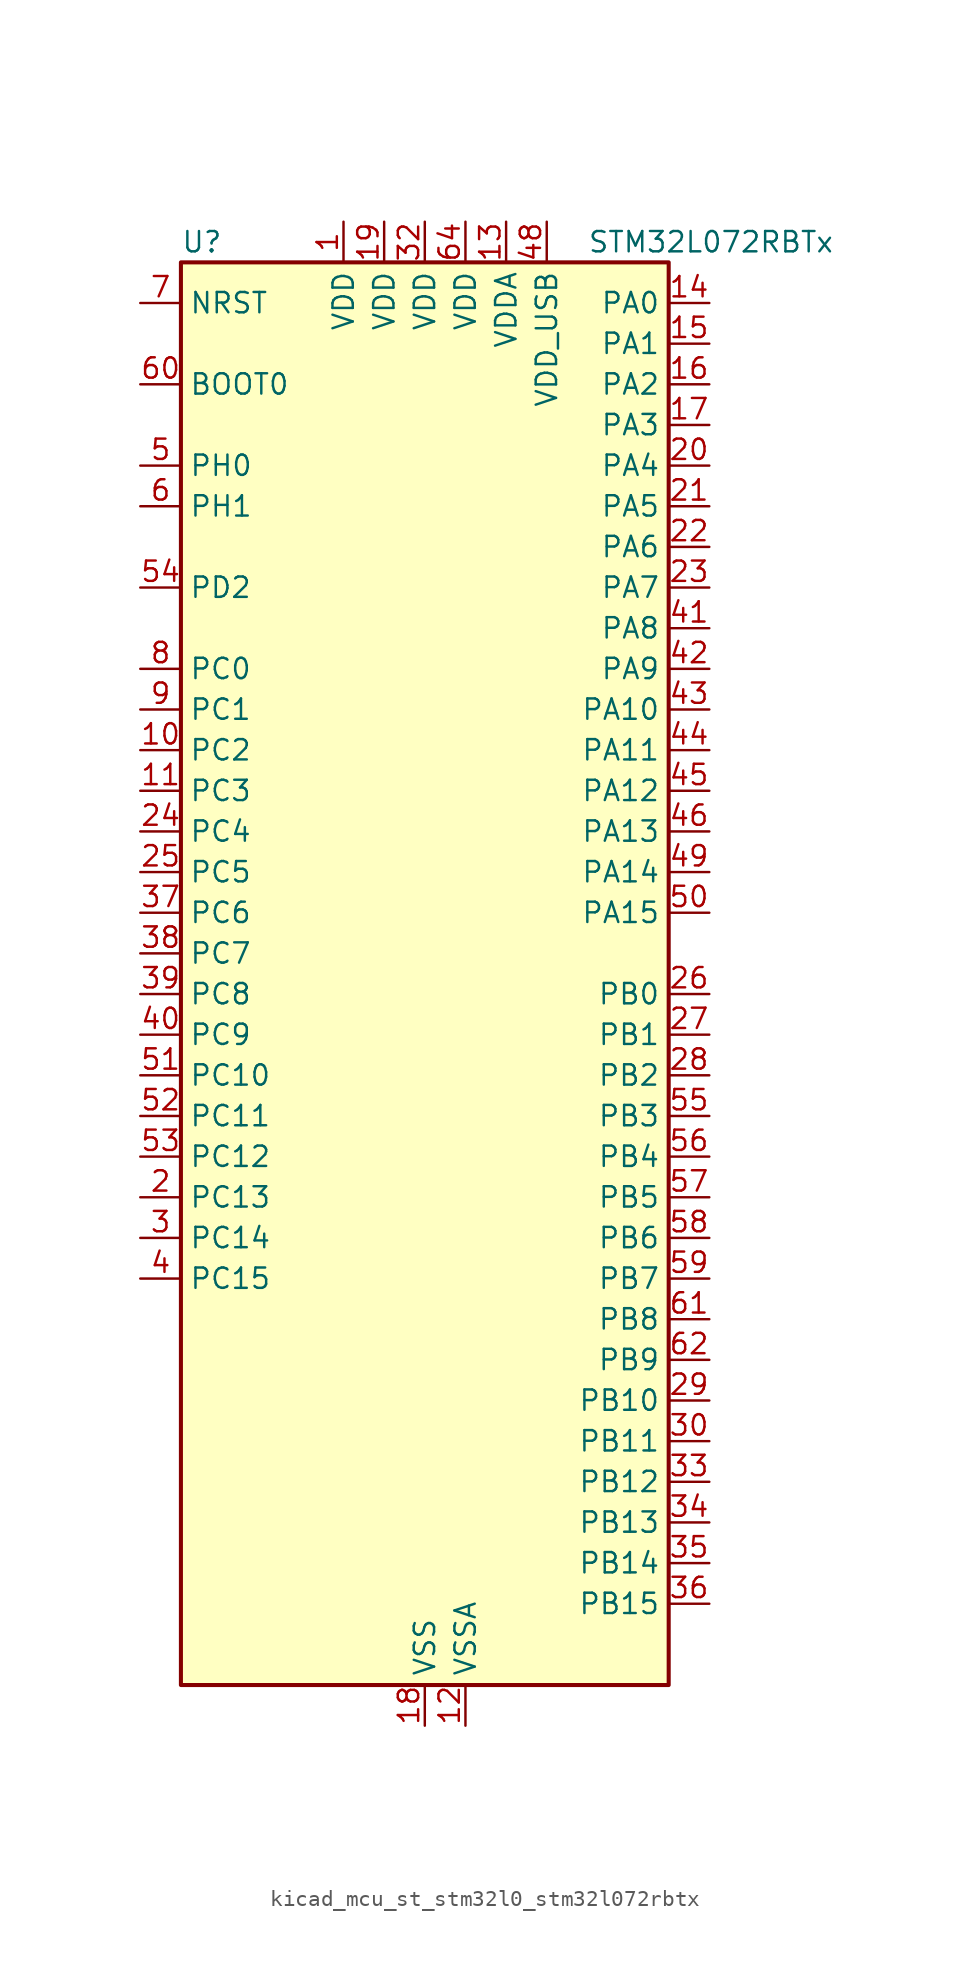
<source format=kicad_sym>
(kicad_symbol_lib
  (version 20220914)
  (generator kicad_symbol_editor)
  (symbol "kicad_mcu_st_stm32l0_stm32l072rbtx"
    (property "Reference" "U"
      (at -15.24 46.99 0)
      (effects (font (size 1.27 1.27)) (justify left)))
    (property "Value" "STM32L072RBTx"
      (at 10.16 46.99 0)
      (effects (font (size 1.27 1.27)) (justify left)))
    (property "ki_locked" ""
      (at 0 0 0)
      (effects (font (size 1.27 1.27))))
    (symbol "kicad_mcu_st_stm32l0_stm32l072rbtx_0_1"
      (rectangle (start -15.24 -43.18) (end 15.24 45.72) (stroke (width 0.254) (type default)) (fill (type background))))
    (symbol "kicad_mcu_st_stm32l0_stm32l072rbtx_1_1"
      (pin power_in line (at -5.08 48.26 270) (length 2.54) (name "VDD" (effects (font (size 1.27 1.27)))) (number "1" (effects (font (size 1.27 1.27)))))
      (pin bidirectional line (at -17.78 15.24 0) (length 2.54) (name "PC2" (effects (font (size 1.27 1.27)))) (number "10" (effects (font (size 1.27 1.27)))) (alternate "ADC_IN12" bidirectional line) (alternate "I2S2_MCK" bidirectional line) (alternate "LPTIM1_IN2" bidirectional line) (alternate "SPI2_MISO" bidirectional line) (alternate "TSC_G7_IO3" bidirectional line))
      (pin bidirectional line (at -17.78 12.7 0) (length 2.54) (name "PC3" (effects (font (size 1.27 1.27)))) (number "11" (effects (font (size 1.27 1.27)))) (alternate "ADC_IN13" bidirectional line) (alternate "I2S2_SD" bidirectional line) (alternate "LPTIM1_ETR" bidirectional line) (alternate "SPI2_MOSI" bidirectional line) (alternate "TSC_G7_IO4" bidirectional line))
      (pin power_in line (at 2.54 -45.72 90) (length 2.54) (name "VSSA" (effects (font (size 1.27 1.27)))) (number "12" (effects (font (size 1.27 1.27)))))
      (pin power_in line (at 5.08 48.26 270) (length 2.54) (name "VDDA" (effects (font (size 1.27 1.27)))) (number "13" (effects (font (size 1.27 1.27)))))
      (pin bidirectional line (at 17.78 43.18 180) (length 2.54) (name "PA0" (effects (font (size 1.27 1.27)))) (number "14" (effects (font (size 1.27 1.27)))) (alternate "ADC_IN0" bidirectional line) (alternate "COMP1_INM" bidirectional line) (alternate "COMP1_OUT" bidirectional line) (alternate "RTC_TAMP2" bidirectional line) (alternate "SYS_WKUP1" bidirectional line) (alternate "TIM2_CH1" bidirectional line) (alternate "TIM2_ETR" bidirectional line) (alternate "TSC_G1_IO1" bidirectional line) (alternate "USART2_CTS" bidirectional line) (alternate "USART4_TX" bidirectional line))
      (pin bidirectional line (at 17.78 40.64 180) (length 2.54) (name "PA1" (effects (font (size 1.27 1.27)))) (number "15" (effects (font (size 1.27 1.27)))) (alternate "ADC_IN1" bidirectional line) (alternate "COMP1_INP" bidirectional line) (alternate "TIM21_ETR" bidirectional line) (alternate "TIM2_CH2" bidirectional line) (alternate "TSC_G1_IO2" bidirectional line) (alternate "USART2_DE" bidirectional line) (alternate "USART2_RTS" bidirectional line) (alternate "USART4_RX" bidirectional line))
      (pin bidirectional line (at 17.78 38.1 180) (length 2.54) (name "PA2" (effects (font (size 1.27 1.27)))) (number "16" (effects (font (size 1.27 1.27)))) (alternate "ADC_IN2" bidirectional line) (alternate "COMP2_INM" bidirectional line) (alternate "COMP2_OUT" bidirectional line) (alternate "LPUART1_TX" bidirectional line) (alternate "TIM21_CH1" bidirectional line) (alternate "TIM2_CH3" bidirectional line) (alternate "TSC_G1_IO3" bidirectional line) (alternate "USART2_TX" bidirectional line))
      (pin bidirectional line (at 17.78 35.56 180) (length 2.54) (name "PA3" (effects (font (size 1.27 1.27)))) (number "17" (effects (font (size 1.27 1.27)))) (alternate "ADC_IN3" bidirectional line) (alternate "COMP2_INP" bidirectional line) (alternate "LPUART1_RX" bidirectional line) (alternate "TIM21_CH2" bidirectional line) (alternate "TIM2_CH4" bidirectional line) (alternate "TSC_G1_IO4" bidirectional line) (alternate "USART2_RX" bidirectional line))
      (pin power_in line (at 0 -45.72 90) (length 2.54) (name "VSS" (effects (font (size 1.27 1.27)))) (number "18" (effects (font (size 1.27 1.27)))))
      (pin power_in line (at -2.54 48.26 270) (length 2.54) (name "VDD" (effects (font (size 1.27 1.27)))) (number "19" (effects (font (size 1.27 1.27)))))
      (pin bidirectional line (at -17.78 -12.7 0) (length 2.54) (name "PC13" (effects (font (size 1.27 1.27)))) (number "2" (effects (font (size 1.27 1.27)))) (alternate "RTC_OUT_ALARM" bidirectional line) (alternate "RTC_OUT_CALIB" bidirectional line) (alternate "RTC_TAMP1" bidirectional line) (alternate "RTC_TS" bidirectional line) (alternate "SYS_WKUP2" bidirectional line))
      (pin bidirectional line (at 17.78 33.02 180) (length 2.54) (name "PA4" (effects (font (size 1.27 1.27)))) (number "20" (effects (font (size 1.27 1.27)))) (alternate "ADC_IN4" bidirectional line) (alternate "COMP1_INM" bidirectional line) (alternate "COMP2_INM" bidirectional line) (alternate "DAC_OUT1" bidirectional line) (alternate "SPI1_NSS" bidirectional line) (alternate "TIM22_ETR" bidirectional line) (alternate "TSC_G2_IO1" bidirectional line) (alternate "USART2_CK" bidirectional line))
      (pin bidirectional line (at 17.78 30.48 180) (length 2.54) (name "PA5" (effects (font (size 1.27 1.27)))) (number "21" (effects (font (size 1.27 1.27)))) (alternate "ADC_IN5" bidirectional line) (alternate "COMP1_INM" bidirectional line) (alternate "COMP2_INM" bidirectional line) (alternate "DAC_OUT2" bidirectional line) (alternate "SPI1_SCK" bidirectional line) (alternate "TIM2_CH1" bidirectional line) (alternate "TIM2_ETR" bidirectional line) (alternate "TSC_G2_IO2" bidirectional line))
      (pin bidirectional line (at 17.78 27.94 180) (length 2.54) (name "PA6" (effects (font (size 1.27 1.27)))) (number "22" (effects (font (size 1.27 1.27)))) (alternate "ADC_IN6" bidirectional line) (alternate "COMP1_OUT" bidirectional line) (alternate "LPUART1_CTS" bidirectional line) (alternate "SPI1_MISO" bidirectional line) (alternate "TIM22_CH1" bidirectional line) (alternate "TIM3_CH1" bidirectional line) (alternate "TSC_G2_IO3" bidirectional line))
      (pin bidirectional line (at 17.78 25.4 180) (length 2.54) (name "PA7" (effects (font (size 1.27 1.27)))) (number "23" (effects (font (size 1.27 1.27)))) (alternate "ADC_IN7" bidirectional line) (alternate "COMP2_OUT" bidirectional line) (alternate "SPI1_MOSI" bidirectional line) (alternate "TIM22_CH2" bidirectional line) (alternate "TIM3_CH2" bidirectional line) (alternate "TSC_G2_IO4" bidirectional line))
      (pin bidirectional line (at -17.78 10.16 0) (length 2.54) (name "PC4" (effects (font (size 1.27 1.27)))) (number "24" (effects (font (size 1.27 1.27)))) (alternate "ADC_IN14" bidirectional line) (alternate "LPUART1_TX" bidirectional line))
      (pin bidirectional line (at -17.78 7.62 0) (length 2.54) (name "PC5" (effects (font (size 1.27 1.27)))) (number "25" (effects (font (size 1.27 1.27)))) (alternate "ADC_IN15" bidirectional line) (alternate "LPUART1_RX" bidirectional line) (alternate "TSC_G3_IO1" bidirectional line))
      (pin bidirectional line (at 17.78 0 180) (length 2.54) (name "PB0" (effects (font (size 1.27 1.27)))) (number "26" (effects (font (size 1.27 1.27)))) (alternate "ADC_IN8" bidirectional line) (alternate "SYS_VREF_OUT_PB0" bidirectional line) (alternate "TIM3_CH3" bidirectional line) (alternate "TSC_G3_IO2" bidirectional line))
      (pin bidirectional line (at 17.78 -2.54 180) (length 2.54) (name "PB1" (effects (font (size 1.27 1.27)))) (number "27" (effects (font (size 1.27 1.27)))) (alternate "ADC_IN9" bidirectional line) (alternate "LPUART1_DE" bidirectional line) (alternate "LPUART1_RTS" bidirectional line) (alternate "SYS_VREF_OUT_PB1" bidirectional line) (alternate "TIM3_CH4" bidirectional line) (alternate "TSC_G3_IO3" bidirectional line))
      (pin bidirectional line (at 17.78 -5.08 180) (length 2.54) (name "PB2" (effects (font (size 1.27 1.27)))) (number "28" (effects (font (size 1.27 1.27)))) (alternate "I2C3_SMBA" bidirectional line) (alternate "LPTIM1_OUT" bidirectional line) (alternate "TSC_G3_IO4" bidirectional line))
      (pin bidirectional line (at 17.78 -25.4 180) (length 2.54) (name "PB10" (effects (font (size 1.27 1.27)))) (number "29" (effects (font (size 1.27 1.27)))) (alternate "I2C2_SCL" bidirectional line) (alternate "LPUART1_RX" bidirectional line) (alternate "LPUART1_TX" bidirectional line) (alternate "SPI2_SCK" bidirectional line) (alternate "TIM2_CH3" bidirectional line) (alternate "TSC_SYNC" bidirectional line))
      (pin bidirectional line (at -17.78 -15.24 0) (length 2.54) (name "PC14" (effects (font (size 1.27 1.27)))) (number "3" (effects (font (size 1.27 1.27)))) (alternate "RCC_OSC32_IN" bidirectional line))
      (pin bidirectional line (at 17.78 -27.94 180) (length 2.54) (name "PB11" (effects (font (size 1.27 1.27)))) (number "30" (effects (font (size 1.27 1.27)))) (alternate "ADC_EXTI11" bidirectional line) (alternate "I2C2_SDA" bidirectional line) (alternate "LPUART1_RX" bidirectional line) (alternate "LPUART1_TX" bidirectional line) (alternate "TIM2_CH4" bidirectional line) (alternate "TSC_G6_IO1" bidirectional line))
      (pin passive line (at 0 -45.72 90) (length 2.54) hide (name "VSS" (effects (font (size 1.27 1.27)))) (number "31" (effects (font (size 1.27 1.27)))))
      (pin power_in line (at 0 48.26 270) (length 2.54) (name "VDD" (effects (font (size 1.27 1.27)))) (number "32" (effects (font (size 1.27 1.27)))))
      (pin bidirectional line (at 17.78 -30.48 180) (length 2.54) (name "PB12" (effects (font (size 1.27 1.27)))) (number "33" (effects (font (size 1.27 1.27)))) (alternate "I2S2_WS" bidirectional line) (alternate "LPUART1_DE" bidirectional line) (alternate "LPUART1_RTS" bidirectional line) (alternate "SPI2_NSS" bidirectional line) (alternate "TSC_G6_IO2" bidirectional line))
      (pin bidirectional line (at 17.78 -33.02 180) (length 2.54) (name "PB13" (effects (font (size 1.27 1.27)))) (number "34" (effects (font (size 1.27 1.27)))) (alternate "I2C2_SCL" bidirectional line) (alternate "I2S2_CK" bidirectional line) (alternate "LPUART1_CTS" bidirectional line) (alternate "RCC_MCO" bidirectional line) (alternate "SPI2_SCK" bidirectional line) (alternate "TIM21_CH1" bidirectional line) (alternate "TSC_G6_IO3" bidirectional line))
      (pin bidirectional line (at 17.78 -35.56 180) (length 2.54) (name "PB14" (effects (font (size 1.27 1.27)))) (number "35" (effects (font (size 1.27 1.27)))) (alternate "I2C2_SDA" bidirectional line) (alternate "I2S2_MCK" bidirectional line) (alternate "LPUART1_DE" bidirectional line) (alternate "LPUART1_RTS" bidirectional line) (alternate "RTC_OUT_ALARM" bidirectional line) (alternate "RTC_OUT_CALIB" bidirectional line) (alternate "SPI2_MISO" bidirectional line) (alternate "TIM21_CH2" bidirectional line) (alternate "TSC_G6_IO4" bidirectional line))
      (pin bidirectional line (at 17.78 -38.1 180) (length 2.54) (name "PB15" (effects (font (size 1.27 1.27)))) (number "36" (effects (font (size 1.27 1.27)))) (alternate "I2S2_SD" bidirectional line) (alternate "RTC_REFIN" bidirectional line) (alternate "SPI2_MOSI" bidirectional line))
      (pin bidirectional line (at -17.78 5.08 0) (length 2.54) (name "PC6" (effects (font (size 1.27 1.27)))) (number "37" (effects (font (size 1.27 1.27)))) (alternate "TIM22_CH1" bidirectional line) (alternate "TIM3_CH1" bidirectional line) (alternate "TSC_G8_IO1" bidirectional line))
      (pin bidirectional line (at -17.78 2.54 0) (length 2.54) (name "PC7" (effects (font (size 1.27 1.27)))) (number "38" (effects (font (size 1.27 1.27)))) (alternate "TIM22_CH2" bidirectional line) (alternate "TIM3_CH2" bidirectional line) (alternate "TSC_G8_IO2" bidirectional line))
      (pin bidirectional line (at -17.78 0 0) (length 2.54) (name "PC8" (effects (font (size 1.27 1.27)))) (number "39" (effects (font (size 1.27 1.27)))) (alternate "TIM22_ETR" bidirectional line) (alternate "TIM3_CH3" bidirectional line) (alternate "TSC_G8_IO3" bidirectional line))
      (pin bidirectional line (at -17.78 -17.78 0) (length 2.54) (name "PC15" (effects (font (size 1.27 1.27)))) (number "4" (effects (font (size 1.27 1.27)))) (alternate "RCC_OSC32_OUT" bidirectional line))
      (pin bidirectional line (at -17.78 -2.54 0) (length 2.54) (name "PC9" (effects (font (size 1.27 1.27)))) (number "40" (effects (font (size 1.27 1.27)))) (alternate "DAC_EXTI9" bidirectional line) (alternate "I2C3_SDA" bidirectional line) (alternate "TIM21_ETR" bidirectional line) (alternate "TIM3_CH4" bidirectional line) (alternate "TSC_G8_IO4" bidirectional line) (alternate "USB_NOE" bidirectional line))
      (pin bidirectional line (at 17.78 22.86 180) (length 2.54) (name "PA8" (effects (font (size 1.27 1.27)))) (number "41" (effects (font (size 1.27 1.27)))) (alternate "CRS_SYNC" bidirectional line) (alternate "I2C3_SCL" bidirectional line) (alternate "RCC_MCO" bidirectional line) (alternate "USART1_CK" bidirectional line))
      (pin bidirectional line (at 17.78 20.32 180) (length 2.54) (name "PA9" (effects (font (size 1.27 1.27)))) (number "42" (effects (font (size 1.27 1.27)))) (alternate "DAC_EXTI9" bidirectional line) (alternate "I2C1_SCL" bidirectional line) (alternate "I2C3_SMBA" bidirectional line) (alternate "RCC_MCO" bidirectional line) (alternate "TSC_G4_IO1" bidirectional line) (alternate "USART1_TX" bidirectional line))
      (pin bidirectional line (at 17.78 17.78 180) (length 2.54) (name "PA10" (effects (font (size 1.27 1.27)))) (number "43" (effects (font (size 1.27 1.27)))) (alternate "I2C1_SDA" bidirectional line) (alternate "TSC_G4_IO2" bidirectional line) (alternate "USART1_RX" bidirectional line))
      (pin bidirectional line (at 17.78 15.24 180) (length 2.54) (name "PA11" (effects (font (size 1.27 1.27)))) (number "44" (effects (font (size 1.27 1.27)))) (alternate "ADC_EXTI11" bidirectional line) (alternate "COMP1_OUT" bidirectional line) (alternate "SPI1_MISO" bidirectional line) (alternate "TSC_G4_IO3" bidirectional line) (alternate "USART1_CTS" bidirectional line) (alternate "USB_DM" bidirectional line))
      (pin bidirectional line (at 17.78 12.7 180) (length 2.54) (name "PA12" (effects (font (size 1.27 1.27)))) (number "45" (effects (font (size 1.27 1.27)))) (alternate "COMP2_OUT" bidirectional line) (alternate "SPI1_MOSI" bidirectional line) (alternate "TSC_G4_IO4" bidirectional line) (alternate "USART1_DE" bidirectional line) (alternate "USART1_RTS" bidirectional line) (alternate "USB_DP" bidirectional line))
      (pin bidirectional line (at 17.78 10.16 180) (length 2.54) (name "PA13" (effects (font (size 1.27 1.27)))) (number "46" (effects (font (size 1.27 1.27)))) (alternate "LPUART1_RX" bidirectional line) (alternate "SYS_SWDIO" bidirectional line) (alternate "USB_NOE" bidirectional line))
      (pin passive line (at 0 -45.72 90) (length 2.54) hide (name "VSS" (effects (font (size 1.27 1.27)))) (number "47" (effects (font (size 1.27 1.27)))))
      (pin power_in line (at 7.62 48.26 270) (length 2.54) (name "VDD_USB" (effects (font (size 1.27 1.27)))) (number "48" (effects (font (size 1.27 1.27)))))
      (pin bidirectional line (at 17.78 7.62 180) (length 2.54) (name "PA14" (effects (font (size 1.27 1.27)))) (number "49" (effects (font (size 1.27 1.27)))) (alternate "LPUART1_TX" bidirectional line) (alternate "SYS_SWCLK" bidirectional line) (alternate "USART2_TX" bidirectional line))
      (pin bidirectional line (at -17.78 33.02 0) (length 2.54) (name "PH0" (effects (font (size 1.27 1.27)))) (number "5" (effects (font (size 1.27 1.27)))) (alternate "CRS_SYNC" bidirectional line) (alternate "RCC_OSC_IN" bidirectional line))
      (pin bidirectional line (at 17.78 5.08 180) (length 2.54) (name "PA15" (effects (font (size 1.27 1.27)))) (number "50" (effects (font (size 1.27 1.27)))) (alternate "SPI1_NSS" bidirectional line) (alternate "TIM2_CH1" bidirectional line) (alternate "TIM2_ETR" bidirectional line) (alternate "USART2_RX" bidirectional line) (alternate "USART4_DE" bidirectional line) (alternate "USART4_RTS" bidirectional line))
      (pin bidirectional line (at -17.78 -5.08 0) (length 2.54) (name "PC10" (effects (font (size 1.27 1.27)))) (number "51" (effects (font (size 1.27 1.27)))) (alternate "LPUART1_TX" bidirectional line) (alternate "USART4_TX" bidirectional line))
      (pin bidirectional line (at -17.78 -7.62 0) (length 2.54) (name "PC11" (effects (font (size 1.27 1.27)))) (number "52" (effects (font (size 1.27 1.27)))) (alternate "ADC_EXTI11" bidirectional line) (alternate "LPUART1_RX" bidirectional line) (alternate "USART4_RX" bidirectional line))
      (pin bidirectional line (at -17.78 -10.16 0) (length 2.54) (name "PC12" (effects (font (size 1.27 1.27)))) (number "53" (effects (font (size 1.27 1.27)))) (alternate "USART4_CK" bidirectional line) (alternate "USART5_TX" bidirectional line))
      (pin bidirectional line (at -17.78 25.4 0) (length 2.54) (name "PD2" (effects (font (size 1.27 1.27)))) (number "54" (effects (font (size 1.27 1.27)))) (alternate "LPUART1_DE" bidirectional line) (alternate "LPUART1_RTS" bidirectional line) (alternate "TIM3_ETR" bidirectional line) (alternate "USART5_RX" bidirectional line))
      (pin bidirectional line (at 17.78 -7.62 180) (length 2.54) (name "PB3" (effects (font (size 1.27 1.27)))) (number "55" (effects (font (size 1.27 1.27)))) (alternate "COMP2_INM" bidirectional line) (alternate "SPI1_SCK" bidirectional line) (alternate "TIM2_CH2" bidirectional line) (alternate "TSC_G5_IO1" bidirectional line) (alternate "USART1_DE" bidirectional line) (alternate "USART1_RTS" bidirectional line) (alternate "USART5_TX" bidirectional line))
      (pin bidirectional line (at 17.78 -10.16 180) (length 2.54) (name "PB4" (effects (font (size 1.27 1.27)))) (number "56" (effects (font (size 1.27 1.27)))) (alternate "COMP2_INP" bidirectional line) (alternate "I2C3_SDA" bidirectional line) (alternate "SPI1_MISO" bidirectional line) (alternate "TIM22_CH1" bidirectional line) (alternate "TIM3_CH1" bidirectional line) (alternate "TSC_G5_IO2" bidirectional line) (alternate "USART1_CTS" bidirectional line) (alternate "USART5_RX" bidirectional line))
      (pin bidirectional line (at 17.78 -12.7 180) (length 2.54) (name "PB5" (effects (font (size 1.27 1.27)))) (number "57" (effects (font (size 1.27 1.27)))) (alternate "COMP2_INP" bidirectional line) (alternate "I2C1_SMBA" bidirectional line) (alternate "LPTIM1_IN1" bidirectional line) (alternate "SPI1_MOSI" bidirectional line) (alternate "TIM22_CH2" bidirectional line) (alternate "TIM3_CH2" bidirectional line) (alternate "USART1_CK" bidirectional line) (alternate "USART5_CK" bidirectional line) (alternate "USART5_DE" bidirectional line) (alternate "USART5_RTS" bidirectional line))
      (pin bidirectional line (at 17.78 -15.24 180) (length 2.54) (name "PB6" (effects (font (size 1.27 1.27)))) (number "58" (effects (font (size 1.27 1.27)))) (alternate "COMP2_INP" bidirectional line) (alternate "I2C1_SCL" bidirectional line) (alternate "LPTIM1_ETR" bidirectional line) (alternate "TSC_G5_IO3" bidirectional line) (alternate "USART1_TX" bidirectional line))
      (pin bidirectional line (at 17.78 -17.78 180) (length 2.54) (name "PB7" (effects (font (size 1.27 1.27)))) (number "59" (effects (font (size 1.27 1.27)))) (alternate "COMP2_INP" bidirectional line) (alternate "I2C1_SDA" bidirectional line) (alternate "LPTIM1_IN2" bidirectional line) (alternate "SYS_PVD_IN" bidirectional line) (alternate "TSC_G5_IO4" bidirectional line) (alternate "USART1_RX" bidirectional line) (alternate "USART4_CTS" bidirectional line))
      (pin bidirectional line (at -17.78 30.48 0) (length 2.54) (name "PH1" (effects (font (size 1.27 1.27)))) (number "6" (effects (font (size 1.27 1.27)))) (alternate "RCC_OSC_OUT" bidirectional line))
      (pin input line (at -17.78 38.1 0) (length 2.54) (name "BOOT0" (effects (font (size 1.27 1.27)))) (number "60" (effects (font (size 1.27 1.27)))))
      (pin bidirectional line (at 17.78 -20.32 180) (length 2.54) (name "PB8" (effects (font (size 1.27 1.27)))) (number "61" (effects (font (size 1.27 1.27)))) (alternate "I2C1_SCL" bidirectional line) (alternate "TSC_SYNC" bidirectional line))
      (pin bidirectional line (at 17.78 -22.86 180) (length 2.54) (name "PB9" (effects (font (size 1.27 1.27)))) (number "62" (effects (font (size 1.27 1.27)))) (alternate "DAC_EXTI9" bidirectional line) (alternate "I2C1_SDA" bidirectional line) (alternate "I2S2_WS" bidirectional line) (alternate "SPI2_NSS" bidirectional line))
      (pin passive line (at 0 -45.72 90) (length 2.54) hide (name "VSS" (effects (font (size 1.27 1.27)))) (number "63" (effects (font (size 1.27 1.27)))))
      (pin power_in line (at 2.54 48.26 270) (length 2.54) (name "VDD" (effects (font (size 1.27 1.27)))) (number "64" (effects (font (size 1.27 1.27)))))
      (pin input line (at -17.78 43.18 0) (length 2.54) (name "NRST" (effects (font (size 1.27 1.27)))) (number "7" (effects (font (size 1.27 1.27)))))
      (pin bidirectional line (at -17.78 20.32 0) (length 2.54) (name "PC0" (effects (font (size 1.27 1.27)))) (number "8" (effects (font (size 1.27 1.27)))) (alternate "ADC_IN10" bidirectional line) (alternate "I2C3_SCL" bidirectional line) (alternate "LPTIM1_IN1" bidirectional line) (alternate "LPUART1_RX" bidirectional line) (alternate "TSC_G7_IO1" bidirectional line))
      (pin bidirectional line (at -17.78 17.78 0) (length 2.54) (name "PC1" (effects (font (size 1.27 1.27)))) (number "9" (effects (font (size 1.27 1.27)))) (alternate "ADC_IN11" bidirectional line) (alternate "I2C3_SDA" bidirectional line) (alternate "LPTIM1_OUT" bidirectional line) (alternate "LPUART1_TX" bidirectional line) (alternate "TSC_G7_IO2" bidirectional line)))))
</source>
